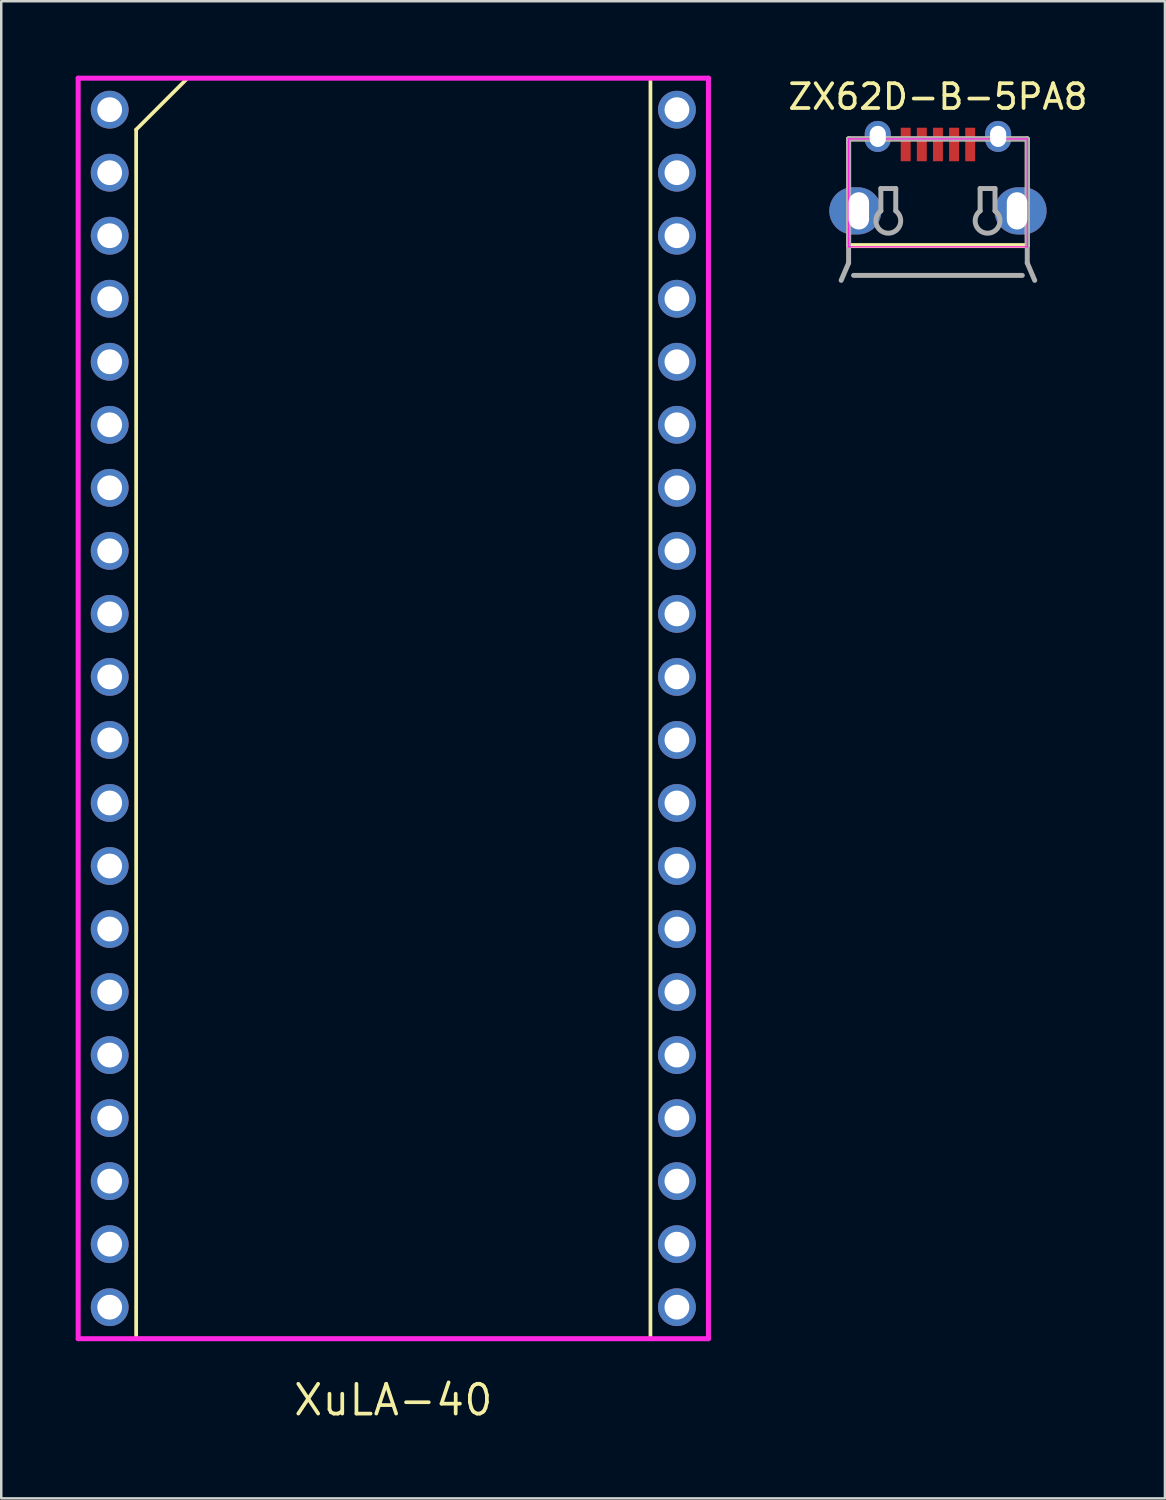
<source format=kicad_pcb>
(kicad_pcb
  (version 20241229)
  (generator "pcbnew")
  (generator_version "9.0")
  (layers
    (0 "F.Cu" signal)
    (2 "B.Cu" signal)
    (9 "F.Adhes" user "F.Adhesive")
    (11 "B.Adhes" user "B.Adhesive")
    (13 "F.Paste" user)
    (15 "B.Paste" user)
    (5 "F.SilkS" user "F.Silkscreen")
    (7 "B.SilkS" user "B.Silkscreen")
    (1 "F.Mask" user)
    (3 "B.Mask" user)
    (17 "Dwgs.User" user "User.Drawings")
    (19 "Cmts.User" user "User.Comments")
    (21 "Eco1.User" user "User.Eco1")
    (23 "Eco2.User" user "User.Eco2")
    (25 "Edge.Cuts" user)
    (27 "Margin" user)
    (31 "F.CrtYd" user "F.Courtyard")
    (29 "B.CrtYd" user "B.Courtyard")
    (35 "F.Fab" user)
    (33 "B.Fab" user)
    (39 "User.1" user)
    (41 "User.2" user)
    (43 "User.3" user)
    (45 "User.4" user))
  (footprint "XuLA-40"
    (layer "F.Cu")
    (at 12.8 25.5)
    (property "Reference" "XuLA-40" (at 0 27.87 0) (layer "F.SilkS") (effects (font (size 1.2 1.2) (thickness 0.15))))
    (attr through_hole)
    (fp_line (start -10.363 -23.327) (end -10.363 25.4) (stroke (width 0.15) (type solid)) (layer "F.SilkS"))
    (fp_line (start -10.363 25.4) (end 10.363 25.4) (stroke (width 0.15) (type solid)) (layer "F.SilkS"))
    (fp_line (start -8.291 -25.4) (end -10.363 -23.327) (stroke (width 0.15) (type solid)) (layer "F.SilkS"))
    (fp_line (start 10.363 -25.4) (end -8.291 -25.4) (stroke (width 0.15) (type solid)) (layer "F.SilkS"))
    (fp_line (start 10.363 25.4) (end 10.363 -25.4) (stroke (width 0.15) (type solid)) (layer "F.SilkS"))
    (fp_line (start -12.7 -25.4) (end -12.7 25.4) (stroke (width 0.2) (type solid)) (layer "F.CrtYd"))
    (fp_line (start -12.7 25.4) (end 12.7 25.4) (stroke (width 0.2) (type solid)) (layer "F.CrtYd"))
    (fp_line (start 12.7 -25.4) (end -12.7 -25.4) (stroke (width 0.2) (type solid)) (layer "F.CrtYd"))
    (fp_line (start 12.7 25.4) (end 12.7 -25.4) (stroke (width 0.2) (type solid)) (layer "F.CrtYd"))
    (pad "1" thru_hole oval (at -11.43 -24.13) (size 1.524 1.524) (drill 1) (layers "*.Cu" "*.Mask"))
    (pad "2" thru_hole oval (at -11.43 -21.59) (size 1.524 1.524) (drill 1) (layers "*.Cu" "*.Mask"))
    (pad "3" thru_hole oval (at -11.43 -19.05) (size 1.524 1.524) (drill 1) (layers "*.Cu" "*.Mask"))
    (pad "4" thru_hole oval (at -11.43 -16.51) (size 1.524 1.524) (drill 1) (layers "*.Cu" "*.Mask"))
    (pad "5" thru_hole oval (at -11.43 -13.97) (size 1.524 1.524) (drill 1) (layers "*.Cu" "*.Mask"))
    (pad "6" thru_hole oval (at -11.43 -11.43) (size 1.524 1.524) (drill 1) (layers "*.Cu" "*.Mask"))
    (pad "7" thru_hole oval (at -11.43 -8.89) (size 1.524 1.524) (drill 1) (layers "*.Cu" "*.Mask"))
    (pad "8" thru_hole oval (at -11.43 -6.35) (size 1.524 1.524) (drill 1) (layers "*.Cu" "*.Mask"))
    (pad "9" thru_hole oval (at -11.43 -3.81) (size 1.524 1.524) (drill 1) (layers "*.Cu" "*.Mask"))
    (pad "10" thru_hole oval (at -11.43 -1.27) (size 1.524 1.524) (drill 1) (layers "*.Cu" "*.Mask"))
    (pad "11" thru_hole oval (at -11.43 1.27) (size 1.524 1.524) (drill 1) (layers "*.Cu" "*.Mask"))
    (pad "12" thru_hole oval (at -11.43 3.81) (size 1.524 1.524) (drill 1) (layers "*.Cu" "*.Mask"))
    (pad "13" thru_hole oval (at -11.43 6.35) (size 1.524 1.524) (drill 1) (layers "*.Cu" "*.Mask"))
    (pad "14" thru_hole oval (at -11.43 8.89) (size 1.524 1.524) (drill 1) (layers "*.Cu" "*.Mask"))
    (pad "15" thru_hole oval (at -11.43 11.43) (size 1.524 1.524) (drill 1) (layers "*.Cu" "*.Mask"))
    (pad "16" thru_hole oval (at -11.43 13.97) (size 1.524 1.524) (drill 1) (layers "*.Cu" "*.Mask"))
    (pad "17" thru_hole oval (at -11.43 16.51) (size 1.524 1.524) (drill 1) (layers "*.Cu" "*.Mask"))
    (pad "18" thru_hole oval (at -11.43 19.05) (size 1.524 1.524) (drill 1) (layers "*.Cu" "*.Mask"))
    (pad "19" thru_hole oval (at -11.43 21.59) (size 1.524 1.524) (drill 1) (layers "*.Cu" "*.Mask"))
    (pad "20" thru_hole oval (at -11.43 24.13) (size 1.524 1.524) (drill 1) (layers "*.Cu" "*.Mask"))
    (pad "21" thru_hole oval (at 11.43 24.13) (size 1.524 1.524) (drill 1) (layers "*.Cu" "*.Mask"))
    (pad "22" thru_hole oval (at 11.43 21.59) (size 1.524 1.524) (drill 1) (layers "*.Cu" "*.Mask"))
    (pad "23" thru_hole oval (at 11.43 19.05) (size 1.524 1.524) (drill 1) (layers "*.Cu" "*.Mask"))
    (pad "24" thru_hole oval (at 11.43 16.51) (size 1.524 1.524) (drill 1) (layers "*.Cu" "*.Mask"))
    (pad "25" thru_hole oval (at 11.43 13.97) (size 1.524 1.524) (drill 1) (layers "*.Cu" "*.Mask"))
    (pad "26" thru_hole oval (at 11.43 11.43) (size 1.524 1.524) (drill 1) (layers "*.Cu" "*.Mask"))
    (pad "27" thru_hole oval (at 11.43 8.89) (size 1.524 1.524) (drill 1) (layers "*.Cu" "*.Mask"))
    (pad "28" thru_hole oval (at 11.43 6.35) (size 1.524 1.524) (drill 1) (layers "*.Cu" "*.Mask"))
    (pad "29" thru_hole oval (at 11.43 3.81) (size 1.524 1.524) (drill 1) (layers "*.Cu" "*.Mask"))
    (pad "30" thru_hole oval (at 11.43 1.27) (size 1.524 1.524) (drill 1) (layers "*.Cu" "*.Mask"))
    (pad "31" thru_hole oval (at 11.43 -1.27) (size 1.524 1.524) (drill 1) (layers "*.Cu" "*.Mask"))
    (pad "32" thru_hole oval (at 11.43 -3.81) (size 1.524 1.524) (drill 1) (layers "*.Cu" "*.Mask"))
    (pad "33" thru_hole oval (at 11.43 -6.35) (size 1.524 1.524) (drill 1) (layers "*.Cu" "*.Mask"))
    (pad "34" thru_hole oval (at 11.43 -8.89) (size 1.524 1.524) (drill 1) (layers "*.Cu" "*.Mask"))
    (pad "35" thru_hole oval (at 11.43 -11.43) (size 1.524 1.524) (drill 1) (layers "*.Cu" "*.Mask"))
    (pad "36" thru_hole oval (at 11.43 -13.97) (size 1.524 1.524) (drill 1) (layers "*.Cu" "*.Mask"))
    (pad "37" thru_hole oval (at 11.43 -16.51) (size 1.524 1.524) (drill 1) (layers "*.Cu" "*.Mask"))
    (pad "38" thru_hole oval (at 11.43 -19.05) (size 1.524 1.524) (drill 1) (layers "*.Cu" "*.Mask"))
    (pad "39" thru_hole oval (at 11.43 -21.59) (size 1.524 1.524) (drill 1) (layers "*.Cu" "*.Mask"))
    (pad "40" thru_hole oval (at 11.43 -24.13) (size 1.524 1.524) (drill 1) (layers "*.Cu" "*.Mask")))
  (footprint "ZX62D-B-5PA8"
    (layer "F.Cu")
    (at 34.749 5.448)
    (property "Reference" "ZX62D-B-5PA8" (at 0 -4.6 0) (layer "F.SilkS") (effects (font (size 1 1) (thickness 0.15))))
    (attr through_hole)
    (fp_line (start -3.6 -2.9) (end -3.6 1.4) (stroke (width 0.2) (type solid)) (layer "F.SilkS"))
    (fp_line (start -3.6 1.4) (end 3.6 1.4) (stroke (width 0.2) (type solid)) (layer "F.SilkS"))
    (fp_line (start 3.6 -2.9) (end -3.6 -2.9) (stroke (width 0.2) (type solid)) (layer "F.SilkS"))
    (fp_line (start 3.6 1.4) (end 3.6 -2.9) (stroke (width 0.2) (type solid)) (layer "F.SilkS"))
    (fp_line (start -3.6 -2.9) (end -3.6 1.45) (stroke (width 0.05) (type solid)) (layer "F.CrtYd"))
    (fp_line (start -3.6 -2.9) (end 3.6 -2.9) (stroke (width 0.05) (type solid)) (layer "F.CrtYd"))
    (fp_line (start -3.6 1.45) (end 3.6 1.45) (stroke (width 0.05) (type solid)) (layer "F.CrtYd"))
    (fp_line (start 3.6 -2.9) (end 3.6 1.45) (stroke (width 0.05) (type solid)) (layer "F.CrtYd"))
    (fp_line (start -3.6 -2.9) (end -3.6 2.1) (stroke (width 0.2) (type solid)) (layer "F.Fab"))
    (fp_line (start -3.6 2.1) (end -3.9 2.8) (stroke (width 0.2) (type solid)) (layer "F.Fab"))
    (fp_line (start -3.4 2.6) (end 3.4 2.6) (stroke (width 0.2) (type solid)) (layer "F.Fab"))
    (fp_line (start -2.3 -0.9) (end -1.7 -0.9) (stroke (width 0.2) (type solid)) (layer "F.Fab"))
    (fp_line (start -2.3 0) (end -2.3 -0.9) (stroke (width 0.2) (type solid)) (layer "F.Fab"))
    (fp_line (start -1.7 -0.9) (end -1.7 0) (stroke (width 0.2) (type solid)) (layer "F.Fab"))
    (fp_line (start 1.7 -0.9) (end 2.3 -0.9) (stroke (width 0.2) (type solid)) (layer "F.Fab"))
    (fp_line (start 1.7 0) (end 1.7 -0.9) (stroke (width 0.2) (type solid)) (layer "F.Fab"))
    (fp_line (start 2.3 -0.9) (end 2.3 0) (stroke (width 0.2) (type solid)) (layer "F.Fab"))
    (fp_line (start 3.6 -2.9) (end -3.6 -2.9) (stroke (width 0.2) (type solid)) (layer "F.Fab"))
    (fp_line (start 3.6 2.1) (end 3.6 -2.9) (stroke (width 0.2) (type solid)) (layer "F.Fab"))
    (fp_line (start 3.9 2.8) (end 3.6 2.1) (stroke (width 0.2) (type solid)) (layer "F.Fab"))
    (fp_arc (start -1.7 0) (mid -2 0.9) (end -2.3 0) (stroke (width 0.2) (type solid)) (layer "F.Fab"))
    (fp_arc (start 2.3 0) (mid 2 0.9) (end 1.7 0) (stroke (width 0.2) (type solid)) (layer "F.Fab"))
    (pad "1" smd rect (at -1.3 -2.675) (size 0.4 1.35) (layers "F.Cu" "F.Mask" "F.Paste"))
    (pad "2" smd rect (at -0.65 -2.675) (size 0.4 1.35) (layers "F.Cu" "F.Mask" "F.Paste"))
    (pad "3" smd rect (at 0 -2.675) (size 0.4 1.35) (layers "F.Cu" "F.Mask" "F.Paste"))
    (pad "4" smd rect (at 0.65 -2.675) (size 0.4 1.35) (layers "F.Cu" "F.Mask" "F.Paste"))
    (pad "5" smd rect (at 1.3 -2.675) (size 0.4 1.35) (layers "F.Cu" "F.Mask" "F.Paste"))
    (pad "SH" thru_hole oval (at -3.188 0) (size 2.1 1.9) (drill oval 0.825 1.5 (offset -0.14 0)) (layers "*.Cu" "*.Mask"))
    (pad "SH" thru_hole oval (at -2.425 -3) (size 1.05 1.25) (drill oval 0.65 0.85) (layers "*.Cu" "*.Mask"))
    (pad "SH" thru_hole oval (at 2.425 -3) (size 1.05 1.25) (drill oval 0.65 0.85) (layers "*.Cu" "*.Mask"))
    (pad "SH" thru_hole oval (at 3.188 0) (size 2.1 1.9) (drill oval 0.825 1.5 (offset 0.14 0)) (layers "*.Cu" "*.Mask")))
  (gr_rect
    (start -3 -3)
    (end 43.898 57.335)
    (stroke (width 0.1) (type default))
    (fill no)
    (layer "Edge.Cuts")))
</source>
